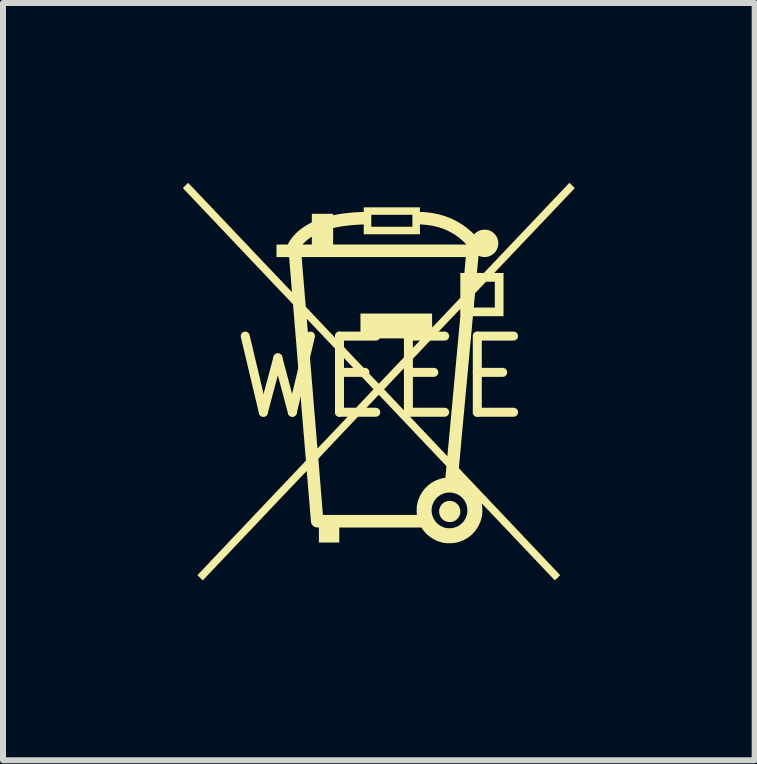
<source format=kicad_pcb>
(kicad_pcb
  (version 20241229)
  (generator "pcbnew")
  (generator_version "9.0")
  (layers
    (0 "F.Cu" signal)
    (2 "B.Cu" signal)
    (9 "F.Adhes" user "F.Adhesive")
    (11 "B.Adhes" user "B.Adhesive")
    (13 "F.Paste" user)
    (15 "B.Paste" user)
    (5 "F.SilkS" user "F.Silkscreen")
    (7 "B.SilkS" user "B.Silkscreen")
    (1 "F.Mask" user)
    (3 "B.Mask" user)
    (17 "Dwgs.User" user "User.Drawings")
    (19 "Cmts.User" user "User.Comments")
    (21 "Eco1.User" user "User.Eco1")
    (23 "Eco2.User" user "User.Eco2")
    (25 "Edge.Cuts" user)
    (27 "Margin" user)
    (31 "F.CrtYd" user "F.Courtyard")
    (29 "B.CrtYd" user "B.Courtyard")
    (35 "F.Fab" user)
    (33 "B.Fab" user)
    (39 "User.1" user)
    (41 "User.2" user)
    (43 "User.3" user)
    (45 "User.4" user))
  (footprint "WEEE"
    (layer "F.Cu")
    (at 3.307 3.245)
    (property "Reference" "WEEE" (at 0 0 0) (layer "F.SilkS") (effects (font (size 1.27 1.27) (thickness 0.15))))
    (attr board_only exclude_from_pos_files exclude_from_bom)
    (fp_poly (pts (xy 1.17 2.06) (xy 1.196 2.066) (xy 1.22 2.075) (xy 1.24 2.087) (xy 1.263 2.105) (xy 1.281 2.124) (xy 1.296 2.146) (xy 1.308 2.17) (xy 1.315 2.196) (xy 1.319 2.223) (xy 1.319 2.243) (xy 1.317 2.261) (xy 1.315 2.276) (xy 1.311 2.29) (xy 1.305 2.305) (xy 1.303 2.309) (xy 1.289 2.333) (xy 1.273 2.354) (xy 1.253 2.373) (xy 1.231 2.388) (xy 1.207 2.4) (xy 1.188 2.406) (xy 1.177 2.408) (xy 1.163 2.41) (xy 1.147 2.411) (xy 1.132 2.411) (xy 1.118 2.41) (xy 1.107 2.408) (xy 1.107 2.408) (xy 1.08 2.4) (xy 1.055 2.389) (xy 1.033 2.374) (xy 1.013 2.356) (xy 0.996 2.335) (xy 0.983 2.311) (xy 0.973 2.285) (xy 0.971 2.278) (xy 0.968 2.264) (xy 0.966 2.247) (xy 0.966 2.229) (xy 0.967 2.212) (xy 0.969 2.197) (xy 0.969 2.195) (xy 0.978 2.169) (xy 0.99 2.145) (xy 1.005 2.123) (xy 1.023 2.104) (xy 1.043 2.088) (xy 1.066 2.075) (xy 1.091 2.065) (xy 1.117 2.059) (xy 1.117 2.059) (xy 1.144 2.057)) (stroke (width 0) (type solid)) (fill yes) (layer "F.SilkS"))
    (fp_poly (pts (xy 3.145 -3.239) (xy 3.149 -3.236) (xy 3.155 -3.23) (xy 3.163 -3.222) (xy 3.173 -3.213) (xy 3.183 -3.203) (xy 3.191 -3.196) (xy 3.229 -3.159) (xy 2.558 -2.451) (xy 1.886 -1.744) (xy 1.963 -1.743) (xy 2.04 -1.742) (xy 2.04 -1.022) (xy 1.529 -1.022) (xy 1.529 -1.017) (xy 1.528 -1.015) (xy 1.528 -1.008) (xy 1.527 -0.998) (xy 1.526 -0.983) (xy 1.524 -0.965) (xy 1.522 -0.943) (xy 1.519 -0.918) (xy 1.517 -0.889) (xy 1.514 -0.857) (xy 1.511 -0.821) (xy 1.507 -0.783) (xy 1.503 -0.741) (xy 1.499 -0.697) (xy 1.495 -0.65) (xy 1.49 -0.6) (xy 1.485 -0.548) (xy 1.48 -0.494) (xy 1.475 -0.437) (xy 1.47 -0.378) (xy 1.464 -0.317) (xy 1.458 -0.254) (xy 1.452 -0.189) (xy 1.446 -0.123) (xy 1.44 -0.055) (xy 1.433 0.014) (xy 1.427 0.085) (xy 1.42 0.156) (xy 1.413 0.229) (xy 1.411 0.249) (xy 1.405 0.322) (xy 1.398 0.394) (xy 1.391 0.465) (xy 1.385 0.535) (xy 1.379 0.603) (xy 1.372 0.67) (xy 1.366 0.735) (xy 1.361 0.798) (xy 1.355 0.859) (xy 1.349 0.919) (xy 1.344 0.976) (xy 1.339 1.031) (xy 1.334 1.084) (xy 1.33 1.134) (xy 1.325 1.182) (xy 1.321 1.227) (xy 1.317 1.269) (xy 1.314 1.308) (xy 1.31 1.344) (xy 1.307 1.377) (xy 1.305 1.407) (xy 1.302 1.433) (xy 1.3 1.456) (xy 1.299 1.475) (xy 1.297 1.49) (xy 1.296 1.502) (xy 1.296 1.509) (xy 1.295 1.513) (xy 1.295 1.513) (xy 1.297 1.515) (xy 1.301 1.519) (xy 1.309 1.527) (xy 1.318 1.537) (xy 1.331 1.551) (xy 1.346 1.567) (xy 1.363 1.585) (xy 1.383 1.606) (xy 1.405 1.629) (xy 1.43 1.655) (xy 1.456 1.683) (xy 1.484 1.713) (xy 1.515 1.745) (xy 1.547 1.779) (xy 1.581 1.815) (xy 1.617 1.853) (xy 1.654 1.893) (xy 1.693 1.934) (xy 1.734 1.976) (xy 1.776 2.02) (xy 1.819 2.066) (xy 1.863 2.113) (xy 1.908 2.16) (xy 1.955 2.209) (xy 2.002 2.26) (xy 2.051 2.31) (xy 2.1 2.362) (xy 2.14 2.405) (xy 2.19 2.457) (xy 2.239 2.509) (xy 2.287 2.56) (xy 2.334 2.61) (xy 2.38 2.658) (xy 2.426 2.706) (xy 2.47 2.753) (xy 2.512 2.798) (xy 2.554 2.842) (xy 2.594 2.884) (xy 2.633 2.925) (xy 2.67 2.964) (xy 2.705 3.001) (xy 2.739 3.037) (xy 2.771 3.071) (xy 2.801 3.102) (xy 2.829 3.132) (xy 2.855 3.159) (xy 2.879 3.185) (xy 2.901 3.208) (xy 2.92 3.228) (xy 2.937 3.246) (xy 2.951 3.261) (xy 2.963 3.274) (xy 2.973 3.284) (xy 2.979 3.291) (xy 2.983 3.295) (xy 2.984 3.296) (xy 2.983 3.298) (xy 2.979 3.302) (xy 2.973 3.309) (xy 2.965 3.316) (xy 2.956 3.325) (xy 2.946 3.335) (xy 2.936 3.345) (xy 2.926 3.354) (xy 2.916 3.363) (xy 2.908 3.371) (xy 2.902 3.377) (xy 2.897 3.38) (xy 2.895 3.382) (xy 2.894 3.38) (xy 2.889 3.376) (xy 2.882 3.368) (xy 2.872 3.358) (xy 2.86 3.345) (xy 2.845 3.33) (xy 2.828 3.312) (xy 2.809 3.291) (xy 2.787 3.269) (xy 2.763 3.244) (xy 2.738 3.217) (xy 2.71 3.188) (xy 2.681 3.157) (xy 2.65 3.125) (xy 2.618 3.091) (xy 2.584 3.055) (xy 2.548 3.017) (xy 2.511 2.979) (xy 2.474 2.939) (xy 2.435 2.898) (xy 2.395 2.856) (xy 2.354 2.813) (xy 2.312 2.769) (xy 2.286 2.741) (xy 2.244 2.697) (xy 2.202 2.653) (xy 2.162 2.61) (xy 2.122 2.568) (xy 2.084 2.528) (xy 2.046 2.488) (xy 2.01 2.45) (xy 1.975 2.413) (xy 1.942 2.378) (xy 1.91 2.345) (xy 1.879 2.313) (xy 1.851 2.283) (xy 1.824 2.255) (xy 1.799 2.228) (xy 1.776 2.204) (xy 1.756 2.183) (xy 1.737 2.163) (xy 1.721 2.146) (xy 1.707 2.132) (xy 1.696 2.12) (xy 1.687 2.111) (xy 1.681 2.104) (xy 1.677 2.101) (xy 1.677 2.1) (xy 1.677 2.103) (xy 1.677 2.108) (xy 1.679 2.116) (xy 1.679 2.118) (xy 1.683 2.141) (xy 1.685 2.166) (xy 1.686 2.193) (xy 1.687 2.22) (xy 1.686 2.248) (xy 1.685 2.273) (xy 1.682 2.296) (xy 1.681 2.305) (xy 1.67 2.354) (xy 1.656 2.401) (xy 1.637 2.445) (xy 1.616 2.488) (xy 1.595 2.521) (xy 1.567 2.56) (xy 1.535 2.596) (xy 1.501 2.629) (xy 1.464 2.659) (xy 1.424 2.685) (xy 1.383 2.708) (xy 1.339 2.727) (xy 1.294 2.743) (xy 1.274 2.749) (xy 1.256 2.753) (xy 1.24 2.756) (xy 1.225 2.759) (xy 1.21 2.761) (xy 1.193 2.762) (xy 1.175 2.763) (xy 1.155 2.763) (xy 1.139 2.763) (xy 1.116 2.763) (xy 1.096 2.763) (xy 1.079 2.762) (xy 1.064 2.76) (xy 1.049 2.758) (xy 1.034 2.755) (xy 1.017 2.752) (xy 0.999 2.747) (xy 0.959 2.735) (xy 0.919 2.719) (xy 0.879 2.699) (xy 0.841 2.677) (xy 0.804 2.651) (xy 0.791 2.641) (xy 0.772 2.624) (xy 0.752 2.605) (xy 0.732 2.584) (xy 0.713 2.562) (xy 0.696 2.541) (xy 0.682 2.52) (xy 0.68 2.517) (xy 0.67 2.502) (xy -0.014 2.502) (xy -0.699 2.502) (xy -0.699 2.752) (xy -1.039 2.752) (xy -1.039 2.502) (xy -1.057 2.501) (xy -1.08 2.5) (xy -1.101 2.495) (xy -1.12 2.486) (xy -1.136 2.474) (xy -1.142 2.469) (xy -1.153 2.456) (xy -1.162 2.44) (xy -1.168 2.424) (xy -1.169 2.42) (xy -1.17 2.416) (xy -1.17 2.409) (xy -1.171 2.398) (xy -1.173 2.383) (xy -1.174 2.365) (xy -1.176 2.344) (xy -1.178 2.319) (xy -1.181 2.292) (xy -1.183 2.262) (xy -1.186 2.23) (xy -1.189 2.196) (xy -1.192 2.16) (xy -1.195 2.122) (xy -1.198 2.082) (xy -1.202 2.042) (xy -1.205 2) (xy -1.206 1.988) (xy -1.209 1.946) (xy -1.213 1.905) (xy -1.216 1.866) (xy -1.219 1.828) (xy -1.222 1.791) (xy -1.225 1.757) (xy -1.228 1.724) (xy -1.23 1.694) (xy -1.233 1.667) (xy -1.235 1.642) (xy -1.237 1.62) (xy -1.238 1.602) (xy -1.239 1.586) (xy -1.241 1.575) (xy -1.241 1.567) (xy -1.242 1.563) (xy -1.242 1.563) (xy -1.242 1.562) (xy -1.243 1.562) (xy -1.243 1.563) (xy -1.245 1.564) (xy -1.247 1.565) (xy -1.249 1.568) (xy -1.252 1.57) (xy -1.256 1.574) (xy -1.26 1.578) (xy -1.266 1.584) (xy -1.272 1.59) (xy -1.279 1.598) (xy -1.288 1.606) (xy -1.297 1.616) (xy -1.308 1.627) (xy -1.32 1.64) (xy -1.334 1.654) (xy -1.348 1.669) (xy -1.365 1.686) (xy -1.382 1.705) (xy -1.402 1.725) (xy -1.423 1.747) (xy -1.446 1.771) (xy -1.47 1.797) (xy -1.497 1.825) (xy -1.526 1.855) (xy -1.556 1.887) (xy -1.589 1.922) (xy -1.624 1.959) (xy -1.661 1.998) (xy -1.701 2.039) (xy -1.743 2.084) (xy -1.787 2.13) (xy -1.834 2.18) (xy -1.883 2.232) (xy -1.935 2.287) (xy -1.99 2.345) (xy -2.048 2.406) (xy -2.101 2.462) (xy -2.151 2.515) (xy -2.201 2.567) (xy -2.249 2.618) (xy -2.297 2.668) (xy -2.344 2.718) (xy -2.39 2.766) (xy -2.434 2.813) (xy -2.478 2.859) (xy -2.52 2.904) (xy -2.561 2.947) (xy -2.6 2.988) (xy -2.638 3.028) (xy -2.674 3.066) (xy -2.709 3.102) (xy -2.742 3.137) (xy -2.772 3.17) (xy -2.801 3.2) (xy -2.828 3.228) (xy -2.853 3.254) (xy -2.876 3.278) (xy -2.896 3.3) (xy -2.914 3.318) (xy -2.929 3.335) (xy -2.942 3.348) (xy -2.953 3.359) (xy -2.96 3.367) (xy -2.965 3.372) (xy -2.967 3.374) (xy -2.967 3.374) (xy -2.976 3.383) (xy -3.02 3.341) (xy -3.031 3.33) (xy -3.041 3.32) (xy -3.05 3.311) (xy -3.057 3.304) (xy -3.062 3.299) (xy -3.064 3.297) (xy -3.064 3.297) (xy -3.062 3.295) (xy -3.058 3.29) (xy -3.051 3.283) (xy -3.041 3.272) (xy -3.029 3.259) (xy -3.014 3.243) (xy -2.996 3.225) (xy -2.976 3.204) (xy -2.954 3.18) (xy -2.93 3.154) (xy -2.903 3.126) (xy -2.875 3.096) (xy -2.844 3.064) (xy -2.812 3.029) (xy -2.777 2.993) (xy -2.741 2.955) (xy -2.704 2.915) (xy -2.664 2.874) (xy -2.623 2.831) (xy -2.581 2.786) (xy -2.538 2.74) (xy -2.493 2.692) (xy -2.447 2.644) (xy -2.399 2.594) (xy -2.351 2.543) (xy -2.302 2.491) (xy -2.252 2.438) (xy -2.201 2.385) (xy -2.16 2.341) (xy -1.255 1.387) (xy -1.256 1.377) (xy -1.257 1.375) (xy -1.257 1.368) (xy -1.258 1.358) (xy -1.048 1.358) (xy -1.048 1.358) (xy -1.048 1.36) (xy -1.048 1.367) (xy -1.047 1.377) (xy -1.046 1.392) (xy -1.044 1.409) (xy -1.042 1.43) (xy -1.04 1.454) (xy -1.038 1.481) (xy -1.036 1.511) (xy -1.033 1.543) (xy -1.03 1.578) (xy -1.027 1.614) (xy -1.024 1.653) (xy -1.021 1.693) (xy -1.018 1.734) (xy -1.014 1.777) (xy -1.01 1.822) (xy -1.01 1.827) (xy -0.972 2.292) (xy -0.189 2.292) (xy 0.595 2.292) (xy 0.593 2.273) (xy 0.592 2.262) (xy 0.592 2.248) (xy 0.591 2.232) (xy 0.591 2.214) (xy 0.591 2.214) (xy 0.84 2.214) (xy 0.842 2.247) (xy 0.847 2.279) (xy 0.856 2.31) (xy 0.868 2.34) (xy 0.883 2.369) (xy 0.901 2.396) (xy 0.922 2.421) (xy 0.946 2.444) (xy 0.972 2.464) (xy 1.001 2.481) (xy 1.033 2.495) (xy 1.06 2.505) (xy 1.082 2.509) (xy 1.106 2.513) (xy 1.132 2.514) (xy 1.157 2.514) (xy 1.18 2.512) (xy 1.186 2.511) (xy 1.221 2.503) (xy 1.254 2.492) (xy 1.286 2.476) (xy 1.315 2.457) (xy 1.342 2.434) (xy 1.344 2.432) (xy 1.366 2.41) (xy 1.384 2.386) (xy 1.4 2.361) (xy 1.405 2.351) (xy 1.418 2.321) (xy 1.428 2.292) (xy 1.434 2.262) (xy 1.437 2.231) (xy 1.437 2.217) (xy 1.435 2.186) (xy 1.431 2.156) (xy 1.424 2.128) (xy 1.414 2.1) (xy 1.407 2.085) (xy 1.39 2.055) (xy 1.37 2.027) (xy 1.347 2.002) (xy 1.321 1.98) (xy 1.294 1.962) (xy 1.265 1.946) (xy 1.234 1.934) (xy 1.203 1.925) (xy 1.17 1.92) (xy 1.137 1.918) (xy 1.104 1.92) (xy 1.071 1.926) (xy 1.038 1.936) (xy 1.012 1.947) (xy 0.98 1.964) (xy 0.951 1.985) (xy 0.925 2.008) (xy 0.902 2.035) (xy 0.882 2.064) (xy 0.872 2.084) (xy 0.858 2.116) (xy 0.848 2.148) (xy 0.842 2.181) (xy 0.84 2.214) (xy 0.591 2.214) (xy 0.592 2.197) (xy 0.592 2.181) (xy 0.593 2.166) (xy 0.593 2.154) (xy 0.594 2.148) (xy 0.603 2.099) (xy 0.615 2.052) (xy 0.632 2.007) (xy 0.652 1.963) (xy 0.676 1.922) (xy 0.704 1.882) (xy 0.713 1.871) (xy 0.735 1.845) (xy 0.76 1.82) (xy 0.788 1.795) (xy 0.817 1.772) (xy 0.846 1.752) (xy 0.853 1.748) (xy 0.884 1.73) (xy 0.918 1.714) (xy 0.953 1.701) (xy 0.988 1.689) (xy 1.007 1.684) (xy 1.279 1.684) (xy 1.281 1.686) (xy 1.283 1.687) (xy 1.284 1.686) (xy 1.283 1.684) (xy 1.28 1.681) (xy 1.279 1.681) (xy 1.279 1.684) (xy 1.007 1.684) (xy 1.023 1.68) (xy 1.056 1.674) (xy 1.059 1.673) (xy 1.07 1.672) (xy 1.079 1.575) (xy 1.088 1.478) (xy 1.083 1.473) (xy 1.081 1.471) (xy 1.076 1.466) (xy 1.069 1.458) (xy 1.058 1.447) (xy 1.046 1.434) (xy 1.031 1.418) (xy 1.014 1.4) (xy 0.995 1.38) (xy 0.974 1.358) (xy 0.951 1.333) (xy 0.926 1.307) (xy 0.9 1.28) (xy 0.872 1.251) (xy 0.844 1.22) (xy 0.813 1.188) (xy 0.782 1.155) (xy 0.75 1.122) (xy 0.717 1.087) (xy 0.684 1.051) (xy 0.649 1.015) (xy 0.615 0.979) (xy 0.58 0.942) (xy 0.545 0.905) (xy 0.51 0.868) (xy 0.475 0.831) (xy 0.44 0.794) (xy 0.405 0.757) (xy 0.371 0.721) (xy 0.337 0.686) (xy 0.304 0.651) (xy 0.272 0.617) (xy 0.241 0.584) (xy 0.211 0.552) (xy 0.182 0.522) (xy 0.154 0.493) (xy 0.128 0.465) (xy 0.104 0.439) (xy 0.081 0.415) (xy 0.06 0.393) (xy 0.04 0.373) (xy 0.023 0.355) (xy 0.008 0.339) (xy -0.004 0.326) (xy -0.014 0.315) (xy -0.022 0.307) (xy -0.027 0.302) (xy -0.029 0.3) (xy -0.04 0.288) (xy -0.544 0.82) (xy -0.591 0.869) (xy -0.635 0.916) (xy -0.676 0.959) (xy -0.715 1) (xy -0.75 1.038) (xy -0.784 1.073) (xy -0.815 1.105) (xy -0.843 1.136) (xy -0.869 1.163) (xy -0.893 1.189) (xy -0.915 1.212) (xy -0.935 1.233) (xy -0.953 1.252) (xy -0.969 1.27) (xy -0.984 1.285) (xy -0.996 1.299) (xy -1.007 1.31) (xy -1.017 1.321) (xy -1.025 1.33) (xy -1.032 1.337) (xy -1.037 1.343) (xy -1.041 1.348) (xy -1.045 1.352) (xy -1.047 1.355) (xy -1.048 1.357) (xy -1.048 1.358) (xy -1.258 1.358) (xy -1.258 1.357) (xy -1.259 1.342) (xy -1.261 1.324) (xy -1.263 1.301) (xy -1.265 1.276) (xy -1.267 1.246) (xy -1.27 1.214) (xy -1.273 1.178) (xy -1.276 1.139) (xy -1.28 1.097) (xy -1.283 1.053) (xy -1.287 1.005) (xy -1.291 0.955) (xy -1.296 0.902) (xy -1.3 0.847) (xy -1.305 0.79) (xy -1.31 0.731) (xy -1.315 0.669) (xy -1.32 0.606) (xy -1.326 0.541) (xy -1.331 0.474) (xy -1.337 0.406) (xy -1.342 0.336) (xy -1.348 0.264) (xy -1.354 0.192) (xy -1.36 0.118) (xy -1.364 0.073) (xy -1.45 -0.971) (xy -1.241 -0.971) (xy -1.241 -0.97) (xy -1.24 -0.968) (xy -1.24 -0.961) (xy -1.239 -0.95) (xy -1.238 -0.936) (xy -1.236 -0.917) (xy -1.234 -0.895) (xy -1.232 -0.87) (xy -1.23 -0.841) (xy -1.227 -0.809) (xy -1.224 -0.774) (xy -1.221 -0.736) (xy -1.218 -0.695) (xy -1.214 -0.651) (xy -1.211 -0.605) (xy -1.207 -0.556) (xy -1.202 -0.505) (xy -1.198 -0.452) (xy -1.193 -0.397) (xy -1.189 -0.34) (xy -1.184 -0.281) (xy -1.179 -0.22) (xy -1.174 -0.157) (xy -1.168 -0.094) (xy -1.163 -0.029) (xy -1.158 0.038) (xy -1.152 0.103) (xy -1.147 0.17) (xy -1.141 0.236) (xy -1.136 0.301) (xy -1.131 0.365) (xy -1.126 0.427) (xy -1.121 0.488) (xy -1.116 0.547) (xy -1.111 0.604) (xy -1.106 0.659) (xy -1.102 0.712) (xy -1.098 0.763) (xy -1.094 0.812) (xy -1.09 0.858) (xy -1.086 0.902) (xy -1.083 0.943) (xy -1.08 0.981) (xy -1.077 1.016) (xy -1.074 1.048) (xy -1.072 1.076) (xy -1.07 1.102) (xy -1.068 1.124) (xy -1.066 1.142) (xy -1.065 1.156) (xy -1.064 1.167) (xy -1.064 1.173) (xy -1.063 1.176) (xy -1.062 1.183) (xy -1.047 1.167) (xy -1.044 1.164) (xy -1.038 1.159) (xy -1.03 1.15) (xy -1.019 1.139) (xy -1.006 1.125) (xy -0.99 1.108) (xy -0.972 1.089) (xy -0.952 1.068) (xy -0.93 1.045) (xy -0.907 1.02) (xy -0.881 0.993) (xy -0.854 0.964) (xy -0.825 0.934) (xy -0.794 0.902) (xy -0.763 0.868) (xy -0.73 0.834) (xy -0.696 0.798) (xy -0.662 0.762) (xy -0.626 0.724) (xy -0.59 0.686) (xy -0.58 0.675) (xy -0.542 0.635) (xy -0.505 0.597) (xy -0.47 0.559) (xy -0.435 0.523) (xy -0.402 0.488) (xy -0.371 0.454) (xy -0.34 0.422) (xy -0.312 0.392) (xy -0.285 0.363) (xy -0.26 0.336) (xy -0.236 0.311) (xy -0.215 0.289) (xy -0.196 0.268) (xy -0.179 0.25) (xy -0.164 0.234) (xy -0.152 0.221) (xy -0.142 0.211) (xy -0.135 0.203) (xy -0.131 0.198) (xy -0.13 0.197) (xy 0.048 0.197) (xy 0.05 0.199) (xy 0.054 0.203) (xy 0.061 0.211) (xy 0.071 0.221) (xy 0.083 0.234) (xy 0.097 0.25) (xy 0.114 0.267) (xy 0.133 0.288) (xy 0.155 0.31) (xy 0.178 0.335) (xy 0.203 0.362) (xy 0.23 0.39) (xy 0.259 0.42) (xy 0.289 0.452) (xy 0.321 0.486) (xy 0.354 0.521) (xy 0.388 0.557) (xy 0.424 0.595) (xy 0.46 0.633) (xy 0.498 0.673) (xy 0.536 0.714) (xy 0.575 0.754) (xy 1.102 1.31) (xy 1.104 1.302) (xy 1.104 1.3) (xy 1.105 1.293) (xy 1.106 1.282) (xy 1.107 1.268) (xy 1.109 1.249) (xy 1.111 1.227) (xy 1.113 1.202) (xy 1.116 1.173) (xy 1.119 1.141) (xy 1.123 1.105) (xy 1.126 1.067) (xy 1.13 1.026) (xy 1.134 0.982) (xy 1.138 0.935) (xy 1.143 0.886) (xy 1.148 0.834) (xy 1.153 0.78) (xy 1.158 0.724) (xy 1.163 0.666) (xy 1.169 0.606) (xy 1.175 0.544) (xy 1.181 0.481) (xy 1.187 0.416) (xy 1.193 0.349) (xy 1.199 0.281) (xy 1.206 0.212) (xy 1.212 0.142) (xy 1.212 0.139) (xy 1.319 -1.017) (xy 1.318 -1.144) (xy 0.683 -0.475) (xy 0.64 -0.429) (xy 0.598 -0.384) (xy 0.556 -0.341) (xy 0.516 -0.298) (xy 0.476 -0.256) (xy 0.438 -0.216) (xy 0.401 -0.177) (xy 0.365 -0.139) (xy 0.33 -0.102) (xy 0.298 -0.068) (xy 0.266 -0.034) (xy 0.237 -0.003) (xy 0.209 0.026) (xy 0.183 0.054) (xy 0.159 0.079) (xy 0.137 0.102) (xy 0.117 0.123) (xy 0.1 0.142) (xy 0.085 0.158) (xy 0.072 0.171) (xy 0.062 0.182) (xy 0.055 0.19) (xy 0.05 0.195) (xy 0.048 0.197) (xy 0.048 0.197) (xy -0.13 0.197) (xy -0.129 0.196) (xy -0.129 0.196) (xy -0.131 0.194) (xy -0.135 0.189) (xy -0.142 0.182) (xy -0.151 0.172) (xy -0.164 0.159) (xy -0.178 0.144) (xy -0.194 0.126) (xy -0.213 0.106) (xy -0.234 0.084) (xy -0.256 0.061) (xy -0.28 0.035) (xy -0.306 0.008) (xy -0.333 -0.021) (xy -0.362 -0.051) (xy -0.391 -0.082) (xy -0.422 -0.115) (xy -0.454 -0.148) (xy -0.487 -0.183) (xy -0.52 -0.218) (xy -0.554 -0.254) (xy -0.588 -0.29) (xy -0.623 -0.327) (xy -0.658 -0.364) (xy -0.693 -0.4) (xy -0.728 -0.437) (xy -0.763 -0.474) (xy -0.797 -0.511) (xy -0.831 -0.547) (xy -0.865 -0.582) (xy -0.898 -0.617) (xy -0.93 -0.651) (xy -0.962 -0.684) (xy -0.992 -0.716) (xy -1.021 -0.747) (xy -1.049 -0.776) (xy -1.075 -0.804) (xy -1.1 -0.83) (xy -1.124 -0.855) (xy -1.145 -0.877) (xy -1.165 -0.898) (xy -1.183 -0.917) (xy -1.198 -0.933) (xy -1.211 -0.947) (xy -1.222 -0.958) (xy -1.231 -0.967) (xy -1.236 -0.973) (xy -1.239 -0.976) (xy -1.24 -0.977) (xy -1.241 -0.975) (xy -1.241 -0.971) (xy -1.45 -0.971) (xy -1.471 -1.222) (xy -1.488 -1.239) (xy -1.491 -1.242) (xy -1.497 -1.249) (xy -1.506 -1.258) (xy -1.518 -1.27) (xy -1.531 -1.285) (xy -1.548 -1.302) (xy -1.566 -1.321) (xy -1.587 -1.343) (xy -1.61 -1.368) (xy -1.635 -1.394) (xy -1.662 -1.422) (xy -1.691 -1.452) (xy -1.721 -1.484) (xy -1.753 -1.518) (xy -1.786 -1.553) (xy -1.821 -1.59) (xy -1.858 -1.629) (xy -1.895 -1.668) (xy -1.934 -1.709) (xy -1.974 -1.751) (xy -2.014 -1.794) (xy -2.056 -1.837) (xy -2.098 -1.882) (xy -2.141 -1.927) (xy -2.184 -1.973) (xy -2.228 -2.019) (xy -2.273 -2.066) (xy -2.317 -2.113) (xy -2.362 -2.16) (xy -2.407 -2.208) (xy -2.451 -2.255) (xy -2.496 -2.302) (xy -2.541 -2.349) (xy -2.585 -2.396) (xy -2.628 -2.442) (xy -2.672 -2.487) (xy -2.714 -2.532) (xy -2.756 -2.577) (xy -2.797 -2.62) (xy -2.838 -2.663) (xy -2.877 -2.704) (xy -2.915 -2.744) (xy -2.952 -2.784) (xy -2.988 -2.821) (xy -3.022 -2.858) (xy -3.055 -2.892) (xy -3.086 -2.925) (xy -3.116 -2.957) (xy -3.144 -2.986) (xy -3.17 -3.014) (xy -3.194 -3.039) (xy -3.216 -3.062) (xy -3.236 -3.083) (xy -3.253 -3.102) (xy -3.269 -3.118) (xy -3.282 -3.132) (xy -3.292 -3.143) (xy -3.299 -3.151) (xy -3.304 -3.156) (xy -3.307 -3.158) (xy -3.307 -3.159) (xy -3.305 -3.16) (xy -3.301 -3.165) (xy -3.295 -3.171) (xy -3.287 -3.179) (xy -3.278 -3.188) (xy -3.269 -3.198) (xy -3.258 -3.208) (xy -3.249 -3.217) (xy -3.239 -3.226) (xy -3.231 -3.234) (xy -3.224 -3.24) (xy -3.22 -3.244) (xy -3.218 -3.245) (xy -3.216 -3.243) (xy -3.212 -3.239) (xy -3.205 -3.231) (xy -3.195 -3.221) (xy -3.183 -3.208) (xy -3.168 -3.192) (xy -3.15 -3.174) (xy -3.13 -3.153) (xy -3.108 -3.13) (xy -3.084 -3.104) (xy -3.057 -3.076) (xy -3.029 -3.046) (xy -2.998 -3.014) (xy -2.966 -2.98) (xy -2.932 -2.944) (xy -2.896 -2.906) (xy -2.858 -2.867) (xy -2.819 -2.826) (xy -2.779 -2.783) (xy -2.737 -2.739) (xy -2.694 -2.693) (xy -2.649 -2.646) (xy -2.603 -2.598) (xy -2.557 -2.549) (xy -2.509 -2.499) (xy -2.46 -2.447) (xy -2.411 -2.395) (xy -2.361 -2.342) (xy -2.353 -2.334) (xy -2.294 -2.272) (xy -2.237 -2.212) (xy -2.182 -2.154) (xy -2.129 -2.097) (xy -2.077 -2.043) (xy -2.027 -1.99) (xy -1.979 -1.939) (xy -1.933 -1.891) (xy -1.888 -1.844) (xy -1.846 -1.8) (xy -1.806 -1.758) (xy -1.768 -1.718) (xy -1.732 -1.68) (xy -1.699 -1.645) (xy -1.667 -1.612) (xy -1.638 -1.581) (xy -1.612 -1.554) (xy -1.588 -1.528) (xy -1.566 -1.506) (xy -1.547 -1.486) (xy -1.53 -1.469) (xy -1.517 -1.454) (xy -1.505 -1.443) (xy -1.497 -1.434) (xy -1.491 -1.429) (xy -1.489 -1.426) (xy -1.489 -1.426) (xy -1.489 -1.428) (xy -1.489 -1.435) (xy -1.49 -1.445) (xy -1.491 -1.459) (xy -1.492 -1.476) (xy -1.494 -1.496) (xy -1.496 -1.519) (xy -1.498 -1.544) (xy -1.5 -1.572) (xy -1.502 -1.601) (xy -1.505 -1.633) (xy -1.507 -1.666) (xy -1.51 -1.7) (xy -1.512 -1.715) (xy -1.514 -1.75) (xy -1.517 -1.783) (xy -1.52 -1.815) (xy -1.522 -1.846) (xy -1.525 -1.874) (xy -1.527 -1.9) (xy -1.529 -1.924) (xy -1.53 -1.946) (xy -1.532 -1.964) (xy -1.533 -1.979) (xy -1.534 -1.991) (xy -1.535 -1.999) (xy -1.535 -2.004) (xy -1.535 -2.004) (xy -1.535 -2.005) (xy -1.537 -2.006) (xy -1.539 -2.006) (xy -1.543 -2.007) (xy -1.549 -2.007) (xy -1.557 -2.007) (xy -1.568 -2.007) (xy -1.581 -2.008) (xy -1.598 -2.008) (xy -1.619 -2.008) (xy -1.641 -2.008) (xy -1.326 -2.008) (xy -1.326 -2.001) (xy -1.325 -1.998) (xy -1.325 -1.991) (xy -1.324 -1.98) (xy -1.323 -1.966) (xy -1.321 -1.948) (xy -1.32 -1.927) (xy -1.318 -1.903) (xy -1.316 -1.877) (xy -1.313 -1.847) (xy -1.311 -1.816) (xy -1.308 -1.782) (xy -1.305 -1.746) (xy -1.302 -1.709) (xy -1.299 -1.67) (xy -1.295 -1.629) (xy -1.292 -1.588) (xy -1.292 -1.586) (xy -1.258 -1.179) (xy -0.806 -0.702) (xy -0.768 -0.662) (xy -0.729 -0.621) (xy -0.691 -0.581) (xy -0.652 -0.54) (xy -0.614 -0.5) (xy -0.576 -0.46) (xy -0.539 -0.421) (xy -0.503 -0.383) (xy -0.468 -0.345) (xy -0.434 -0.309) (xy -0.401 -0.275) (xy -0.37 -0.242) (xy -0.34 -0.21) (xy -0.312 -0.181) (xy -0.286 -0.154) (xy -0.262 -0.129) (xy -0.241 -0.106) (xy -0.222 -0.086) (xy -0.206 -0.069) (xy -0.198 -0.061) (xy -0.177 -0.038) (xy -0.156 -0.017) (xy -0.137 0.004) (xy -0.119 0.023) (xy -0.102 0.04) (xy -0.087 0.056) (xy -0.073 0.07) (xy -0.062 0.082) (xy -0.053 0.091) (xy -0.046 0.098) (xy -0.041 0.103) (xy -0.04 0.104) (xy -0.038 0.102) (xy -0.034 0.098) (xy -0.027 0.09) (xy -0.017 0.08) (xy -0.005 0.068) (xy 0.01 0.053) (xy 0.026 0.035) (xy 0.045 0.016) (xy 0.065 -0.006) (xy 0.088 -0.029) (xy 0.112 -0.055) (xy 0.137 -0.082) (xy 0.164 -0.11) (xy 0.193 -0.14) (xy 0.222 -0.171) (xy 0.253 -0.203) (xy 0.284 -0.236) (xy 0.316 -0.27) (xy 0.32 -0.274) (xy 0.678 -0.651) (xy 0.166 -0.652) (xy -0.346 -0.652) (xy -0.346 -1.067) (xy 0.251 -1.066) (xy 0.848 -1.066) (xy 0.849 -0.949) (xy 0.85 -0.833) (xy 1.085 -1.08) (xy 1.167 -1.167) (xy 1.544 -1.167) (xy 1.894 -1.167) (xy 1.894 -1.597) (xy 1.748 -1.597) (xy 1.656 -1.501) (xy 1.565 -1.404) (xy 1.554 -1.293) (xy 1.552 -1.271) (xy 1.55 -1.251) (xy 1.549 -1.232) (xy 1.547 -1.215) (xy 1.546 -1.2) (xy 1.545 -1.188) (xy 1.544 -1.18) (xy 1.544 -1.175) (xy 1.544 -1.174) (xy 1.544 -1.167) (xy 1.167 -1.167) (xy 1.319 -1.328) (xy 1.319 -1.743) (xy 1.387 -1.743) (xy 1.398 -1.867) (xy 1.4 -1.89) (xy 1.402 -1.912) (xy 1.404 -1.932) (xy 1.406 -1.95) (xy 1.407 -1.967) (xy 1.408 -1.98) (xy 1.409 -1.99) (xy 1.41 -1.997) (xy 1.41 -2) (xy 1.412 -2.008) (xy -1.326 -2.008) (xy -1.641 -2.008) (xy -1.747 -2.008) (xy -1.746 -2.216) (xy -1.652 -2.217) (xy -1.572 -2.217) (xy -1.311 -2.217) (xy -1.157 -2.217) (xy -0.802 -2.217) (xy 1.42 -2.217) (xy 1.403 -2.236) (xy 1.375 -2.264) (xy 1.344 -2.293) (xy 1.31 -2.322) (xy 1.274 -2.349) (xy 1.236 -2.376) (xy 1.235 -2.377) (xy 1.182 -2.409) (xy 1.128 -2.438) (xy 1.073 -2.464) (xy 1.016 -2.486) (xy 0.957 -2.505) (xy 0.896 -2.521) (xy 0.833 -2.534) (xy 0.767 -2.543) (xy 0.698 -2.55) (xy 0.67 -2.552) (xy 0.646 -2.553) (xy 0.646 -2.388) (xy -0.291 -2.388) (xy -0.291 -2.514) (xy -0.165 -2.514) (xy 0.52 -2.514) (xy 0.52 -2.713) (xy -0.165 -2.713) (xy -0.165 -2.514) (xy -0.291 -2.514) (xy -0.291 -2.552) (xy -0.312 -2.551) (xy -0.386 -2.548) (xy -0.458 -2.543) (xy -0.528 -2.537) (xy -0.595 -2.529) (xy -0.66 -2.52) (xy -0.721 -2.509) (xy -0.774 -2.498) (xy -0.801 -2.492) (xy -0.801 -2.354) (xy -0.802 -2.217) (xy -1.157 -2.217) (xy -1.157 -2.282) (xy -1.157 -2.299) (xy -1.157 -2.313) (xy -1.157 -2.326) (xy -1.157 -2.336) (xy -1.158 -2.344) (xy -1.158 -2.347) (xy -1.158 -2.348) (xy -1.16 -2.346) (xy -1.166 -2.343) (xy -1.173 -2.338) (xy -1.182 -2.332) (xy -1.192 -2.325) (xy -1.202 -2.317) (xy -1.212 -2.31) (xy -1.221 -2.303) (xy -1.227 -2.299) (xy -1.24 -2.288) (xy -1.254 -2.275) (xy -1.269 -2.262) (xy -1.282 -2.249) (xy -1.294 -2.237) (xy -1.3 -2.23) (xy -1.311 -2.217) (xy -1.572 -2.217) (xy -1.558 -2.217) (xy -1.546 -2.24) (xy -1.526 -2.276) (xy -1.502 -2.311) (xy -1.474 -2.347) (xy -1.444 -2.381) (xy -1.411 -2.415) (xy -1.375 -2.447) (xy -1.338 -2.477) (xy -1.335 -2.479) (xy -1.305 -2.5) (xy -1.273 -2.522) (xy -1.239 -2.543) (xy -1.206 -2.562) (xy -1.178 -2.576) (xy -1.157 -2.587) (xy -1.157 -2.73) (xy -0.802 -2.73) (xy -0.802 -2.705) (xy -0.771 -2.711) (xy -0.698 -2.725) (xy -0.622 -2.736) (xy -0.542 -2.745) (xy -0.458 -2.753) (xy -0.371 -2.758) (xy -0.354 -2.758) (xy -0.291 -2.761) (xy -0.291 -2.837) (xy 0.646 -2.837) (xy 0.646 -2.76) (xy 0.664 -2.76) (xy 0.682 -2.76) (xy 0.704 -2.759) (xy 0.729 -2.757) (xy 0.755 -2.755) (xy 0.781 -2.752) (xy 0.808 -2.749) (xy 0.834 -2.745) (xy 0.859 -2.741) (xy 0.861 -2.741) (xy 0.935 -2.726) (xy 1.007 -2.708) (xy 1.076 -2.686) (xy 1.144 -2.661) (xy 1.209 -2.631) (xy 1.273 -2.598) (xy 1.334 -2.561) (xy 1.393 -2.521) (xy 1.45 -2.477) (xy 1.505 -2.429) (xy 1.53 -2.405) (xy 1.549 -2.386) (xy 1.564 -2.401) (xy 1.588 -2.421) (xy 1.615 -2.438) (xy 1.644 -2.451) (xy 1.668 -2.459) (xy 1.675 -2.461) (xy 1.682 -2.462) (xy 1.689 -2.463) (xy 1.698 -2.464) (xy 1.709 -2.464) (xy 1.723 -2.464) (xy 1.724 -2.464) (xy 1.739 -2.464) (xy 1.75 -2.464) (xy 1.759 -2.463) (xy 1.766 -2.462) (xy 1.773 -2.461) (xy 1.78 -2.459) (xy 1.781 -2.459) (xy 1.804 -2.452) (xy 1.825 -2.442) (xy 1.846 -2.431) (xy 1.85 -2.428) (xy 1.874 -2.41) (xy 1.895 -2.389) (xy 1.913 -2.366) (xy 1.928 -2.341) (xy 1.939 -2.315) (xy 1.947 -2.288) (xy 1.952 -2.26) (xy 1.953 -2.231) (xy 1.951 -2.203) (xy 1.945 -2.175) (xy 1.935 -2.148) (xy 1.922 -2.122) (xy 1.906 -2.098) (xy 1.886 -2.075) (xy 1.882 -2.071) (xy 1.858 -2.052) (xy 1.832 -2.036) (xy 1.805 -2.023) (xy 1.777 -2.014) (xy 1.747 -2.009) (xy 1.718 -2.008) (xy 1.688 -2.011) (xy 1.659 -2.018) (xy 1.642 -2.024) (xy 1.634 -2.027) (xy 1.628 -2.029) (xy 1.624 -2.03) (xy 1.623 -2.03) (xy 1.623 -2.028) (xy 1.622 -2.022) (xy 1.621 -2.012) (xy 1.62 -1.999) (xy 1.618 -1.984) (xy 1.617 -1.965) (xy 1.615 -1.945) (xy 1.613 -1.923) (xy 1.61 -1.899) (xy 1.609 -1.886) (xy 1.596 -1.743) (xy 1.712 -1.743) (xy 3.137 -3.245)) (stroke (width 0) (type solid)) (fill yes) (layer "F.SilkS")))
  (gr_rect
    (start -3 -3)
    (end 9.535 9.628)
    (stroke (width 0.1) (type default))
    (fill no)
    (layer "Edge.Cuts")))
</source>
